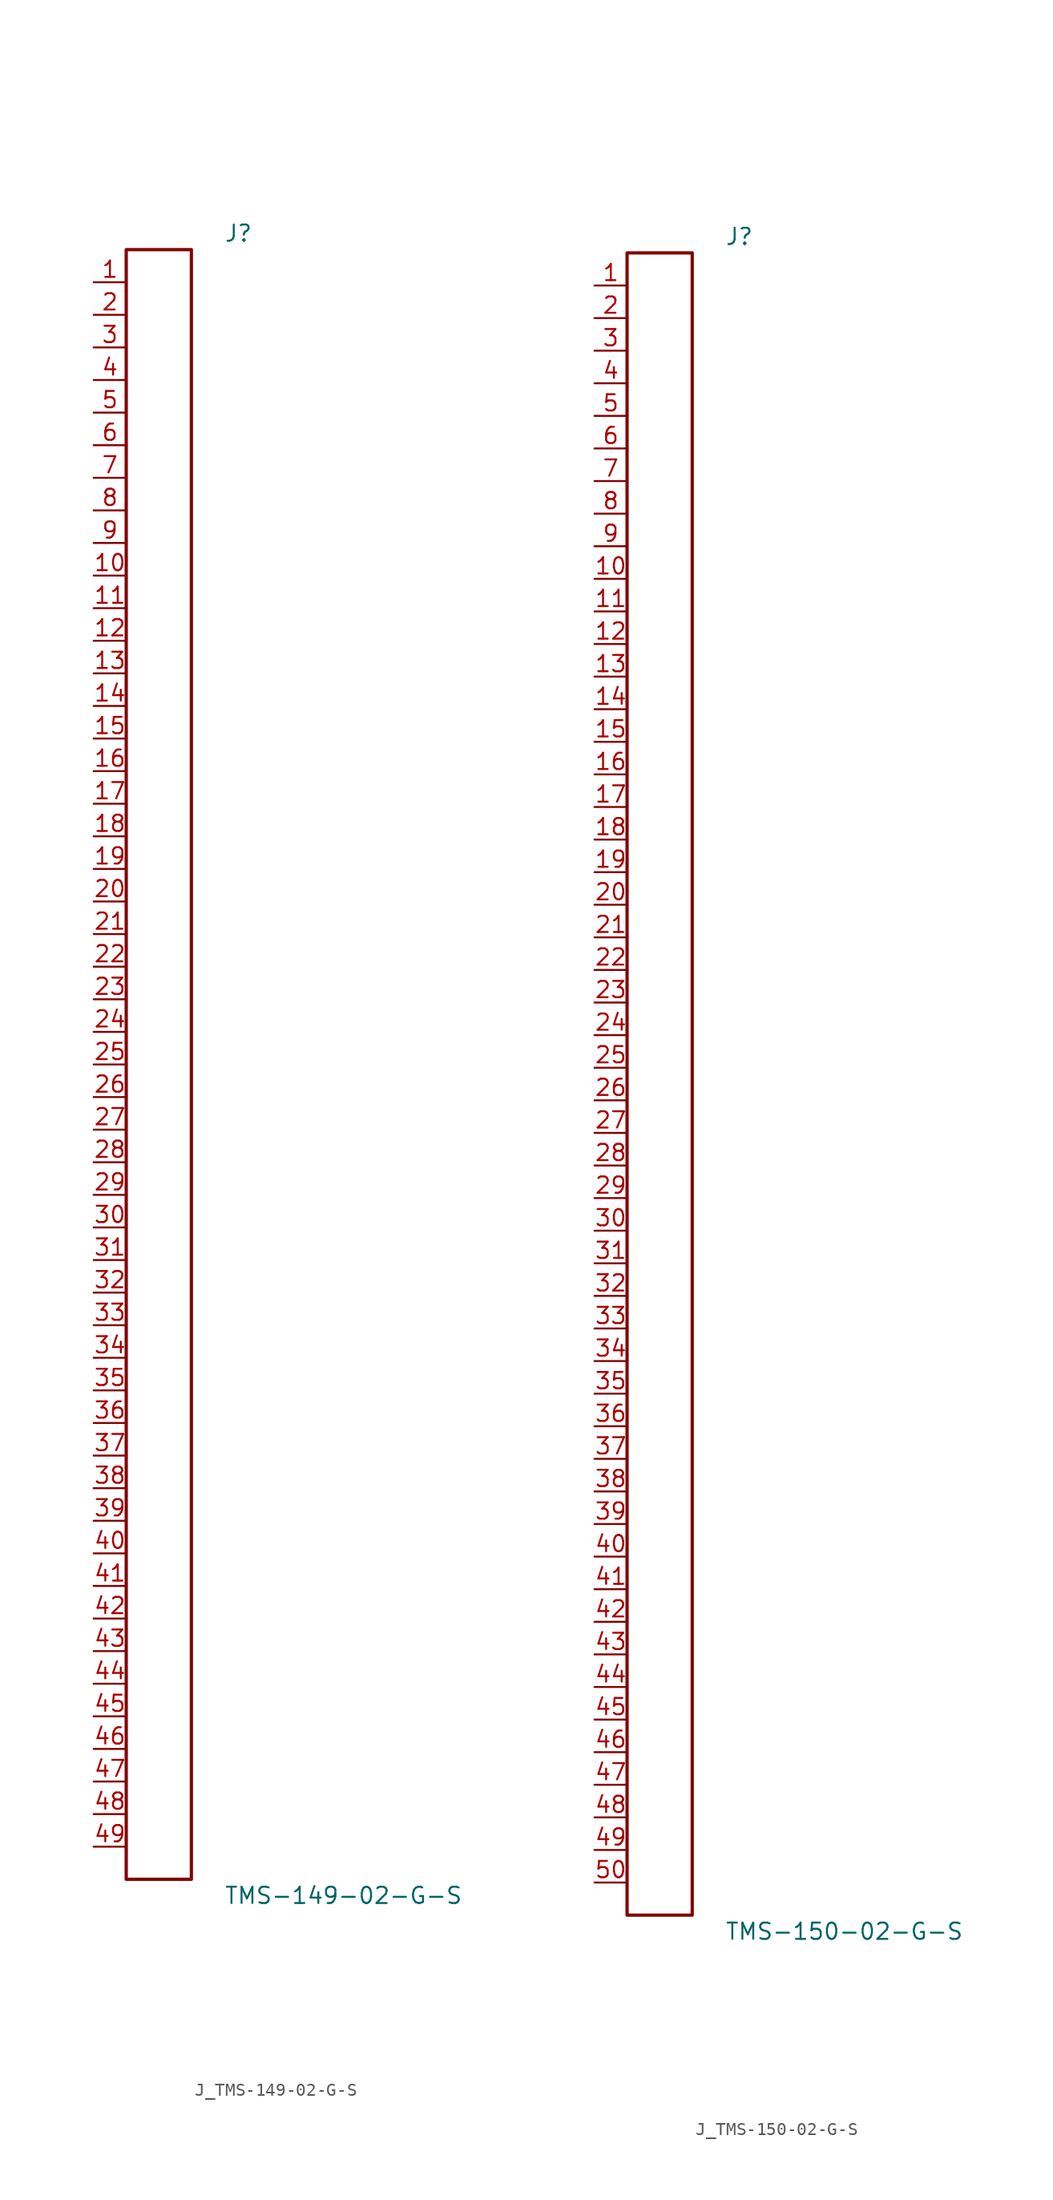
<source format=kicad_sym>
(kicad_symbol_lib
  (version 20231120)
  (generator kicad_symbol_editor)
  (generator_version 8.0)
  (symbol "J_TMS-149-02-G-S"
    (pin_names
      (offset 0.254))
    (property "Reference" "J"
      (at 5.08 64.77 0)
      (effects (font (size 1.27 1.27)) (justify left)))
    (property "Value" "TMS-149-02-G-S"
      (at 5.08 -64.77 0)
      (effects (font (size 1.27 1.27)) (justify left)))
    (symbol "J_TMS-149-02-G-S_0_0"
      (pin passive line (at -5.08 60.96 0) (length 2.54) (name "" (effects (font (size 1.27 1.27)))) (number "1" (effects (font (size 1.27 1.27)))))
      (pin passive line (at -5.08 58.42 0) (length 2.54) (name "" (effects (font (size 1.27 1.27)))) (number "2" (effects (font (size 1.27 1.27)))))
      (pin passive line (at -5.08 55.88 0) (length 2.54) (name "" (effects (font (size 1.27 1.27)))) (number "3" (effects (font (size 1.27 1.27)))))
      (pin passive line (at -5.08 53.34 0) (length 2.54) (name "" (effects (font (size 1.27 1.27)))) (number "4" (effects (font (size 1.27 1.27)))))
      (pin passive line (at -5.08 50.8 0) (length 2.54) (name "" (effects (font (size 1.27 1.27)))) (number "5" (effects (font (size 1.27 1.27)))))
      (pin passive line (at -5.08 48.26 0) (length 2.54) (name "" (effects (font (size 1.27 1.27)))) (number "6" (effects (font (size 1.27 1.27)))))
      (pin passive line (at -5.08 45.72 0) (length 2.54) (name "" (effects (font (size 1.27 1.27)))) (number "7" (effects (font (size 1.27 1.27)))))
      (pin passive line (at -5.08 43.18 0) (length 2.54) (name "" (effects (font (size 1.27 1.27)))) (number "8" (effects (font (size 1.27 1.27)))))
      (pin passive line (at -5.08 40.64 0) (length 2.54) (name "" (effects (font (size 1.27 1.27)))) (number "9" (effects (font (size 1.27 1.27)))))
      (pin passive line (at -5.08 38.1 0) (length 2.54) (name "" (effects (font (size 1.27 1.27)))) (number "10" (effects (font (size 1.27 1.27)))))
      (pin passive line (at -5.08 35.56 0) (length 2.54) (name "" (effects (font (size 1.27 1.27)))) (number "11" (effects (font (size 1.27 1.27)))))
      (pin passive line (at -5.08 33.02 0) (length 2.54) (name "" (effects (font (size 1.27 1.27)))) (number "12" (effects (font (size 1.27 1.27)))))
      (pin passive line (at -5.08 30.48 0) (length 2.54) (name "" (effects (font (size 1.27 1.27)))) (number "13" (effects (font (size 1.27 1.27)))))
      (pin passive line (at -5.08 27.94 0) (length 2.54) (name "" (effects (font (size 1.27 1.27)))) (number "14" (effects (font (size 1.27 1.27)))))
      (pin passive line (at -5.08 25.4 0) (length 2.54) (name "" (effects (font (size 1.27 1.27)))) (number "15" (effects (font (size 1.27 1.27)))))
      (pin passive line (at -5.08 22.86 0) (length 2.54) (name "" (effects (font (size 1.27 1.27)))) (number "16" (effects (font (size 1.27 1.27)))))
      (pin passive line (at -5.08 20.32 0) (length 2.54) (name "" (effects (font (size 1.27 1.27)))) (number "17" (effects (font (size 1.27 1.27)))))
      (pin passive line (at -5.08 17.78 0) (length 2.54) (name "" (effects (font (size 1.27 1.27)))) (number "18" (effects (font (size 1.27 1.27)))))
      (pin passive line (at -5.08 15.24 0) (length 2.54) (name "" (effects (font (size 1.27 1.27)))) (number "19" (effects (font (size 1.27 1.27)))))
      (pin passive line (at -5.08 12.7 0) (length 2.54) (name "" (effects (font (size 1.27 1.27)))) (number "20" (effects (font (size 1.27 1.27)))))
      (pin passive line (at -5.08 10.16 0) (length 2.54) (name "" (effects (font (size 1.27 1.27)))) (number "21" (effects (font (size 1.27 1.27)))))
      (pin passive line (at -5.08 7.62 0) (length 2.54) (name "" (effects (font (size 1.27 1.27)))) (number "22" (effects (font (size 1.27 1.27)))))
      (pin passive line (at -5.08 5.08 0) (length 2.54) (name "" (effects (font (size 1.27 1.27)))) (number "23" (effects (font (size 1.27 1.27)))))
      (pin passive line (at -5.08 2.54 0) (length 2.54) (name "" (effects (font (size 1.27 1.27)))) (number "24" (effects (font (size 1.27 1.27)))))
      (pin passive line (at -5.08 0.0 0) (length 2.54) (name "" (effects (font (size 1.27 1.27)))) (number "25" (effects (font (size 1.27 1.27)))))
      (pin passive line (at -5.08 -2.54 0) (length 2.54) (name "" (effects (font (size 1.27 1.27)))) (number "26" (effects (font (size 1.27 1.27)))))
      (pin passive line (at -5.08 -5.08 0) (length 2.54) (name "" (effects (font (size 1.27 1.27)))) (number "27" (effects (font (size 1.27 1.27)))))
      (pin passive line (at -5.08 -7.62 0) (length 2.54) (name "" (effects (font (size 1.27 1.27)))) (number "28" (effects (font (size 1.27 1.27)))))
      (pin passive line (at -5.08 -10.16 0) (length 2.54) (name "" (effects (font (size 1.27 1.27)))) (number "29" (effects (font (size 1.27 1.27)))))
      (pin passive line (at -5.08 -12.7 0) (length 2.54) (name "" (effects (font (size 1.27 1.27)))) (number "30" (effects (font (size 1.27 1.27)))))
      (pin passive line (at -5.08 -15.24 0) (length 2.54) (name "" (effects (font (size 1.27 1.27)))) (number "31" (effects (font (size 1.27 1.27)))))
      (pin passive line (at -5.08 -17.78 0) (length 2.54) (name "" (effects (font (size 1.27 1.27)))) (number "32" (effects (font (size 1.27 1.27)))))
      (pin passive line (at -5.08 -20.32 0) (length 2.54) (name "" (effects (font (size 1.27 1.27)))) (number "33" (effects (font (size 1.27 1.27)))))
      (pin passive line (at -5.08 -22.86 0) (length 2.54) (name "" (effects (font (size 1.27 1.27)))) (number "34" (effects (font (size 1.27 1.27)))))
      (pin passive line (at -5.08 -25.4 0) (length 2.54) (name "" (effects (font (size 1.27 1.27)))) (number "35" (effects (font (size 1.27 1.27)))))
      (pin passive line (at -5.08 -27.94 0) (length 2.54) (name "" (effects (font (size 1.27 1.27)))) (number "36" (effects (font (size 1.27 1.27)))))
      (pin passive line (at -5.08 -30.48 0) (length 2.54) (name "" (effects (font (size 1.27 1.27)))) (number "37" (effects (font (size 1.27 1.27)))))
      (pin passive line (at -5.08 -33.02 0) (length 2.54) (name "" (effects (font (size 1.27 1.27)))) (number "38" (effects (font (size 1.27 1.27)))))
      (pin passive line (at -5.08 -35.56 0) (length 2.54) (name "" (effects (font (size 1.27 1.27)))) (number "39" (effects (font (size 1.27 1.27)))))
      (pin passive line (at -5.08 -38.1 0) (length 2.54) (name "" (effects (font (size 1.27 1.27)))) (number "40" (effects (font (size 1.27 1.27)))))
      (pin passive line (at -5.08 -40.64 0) (length 2.54) (name "" (effects (font (size 1.27 1.27)))) (number "41" (effects (font (size 1.27 1.27)))))
      (pin passive line (at -5.08 -43.18 0) (length 2.54) (name "" (effects (font (size 1.27 1.27)))) (number "42" (effects (font (size 1.27 1.27)))))
      (pin passive line (at -5.08 -45.72 0) (length 2.54) (name "" (effects (font (size 1.27 1.27)))) (number "43" (effects (font (size 1.27 1.27)))))
      (pin passive line (at -5.08 -48.26 0) (length 2.54) (name "" (effects (font (size 1.27 1.27)))) (number "44" (effects (font (size 1.27 1.27)))))
      (pin passive line (at -5.08 -50.8 0) (length 2.54) (name "" (effects (font (size 1.27 1.27)))) (number "45" (effects (font (size 1.27 1.27)))))
      (pin passive line (at -5.08 -53.34 0) (length 2.54) (name "" (effects (font (size 1.27 1.27)))) (number "46" (effects (font (size 1.27 1.27)))))
      (pin passive line (at -5.08 -55.88 0) (length 2.54) (name "" (effects (font (size 1.27 1.27)))) (number "47" (effects (font (size 1.27 1.27)))))
      (pin passive line (at -5.08 -58.42 0) (length 2.54) (name "" (effects (font (size 1.27 1.27)))) (number "48" (effects (font (size 1.27 1.27)))))
      (pin passive line (at -5.08 -60.96 0) (length 2.54) (name "" (effects (font (size 1.27 1.27)))) (number "49" (effects (font (size 1.27 1.27))))))
    (symbol "J_TMS-149-02-G-S_1_0"
      (rectangle (start -2.54 63.5) (end 2.54 -63.5) (stroke (width 0.254) (type solid)) (fill (type none)))))
  (symbol "J_TMS-150-02-G-S"
    (pin_names
      (offset 0.254))
    (property "Reference" "J"
      (at 5.08 66.04 0)
      (effects (font (size 1.27 1.27)) (justify left)))
    (property "Value" "TMS-150-02-G-S"
      (at 5.08 -66.04 0)
      (effects (font (size 1.27 1.27)) (justify left)))
    (symbol "J_TMS-150-02-G-S_0_0"
      (pin passive line (at -5.08 62.23 0) (length 2.54) (name "" (effects (font (size 1.27 1.27)))) (number "1" (effects (font (size 1.27 1.27)))))
      (pin passive line (at -5.08 59.69 0) (length 2.54) (name "" (effects (font (size 1.27 1.27)))) (number "2" (effects (font (size 1.27 1.27)))))
      (pin passive line (at -5.08 57.15 0) (length 2.54) (name "" (effects (font (size 1.27 1.27)))) (number "3" (effects (font (size 1.27 1.27)))))
      (pin passive line (at -5.08 54.61 0) (length 2.54) (name "" (effects (font (size 1.27 1.27)))) (number "4" (effects (font (size 1.27 1.27)))))
      (pin passive line (at -5.08 52.07 0) (length 2.54) (name "" (effects (font (size 1.27 1.27)))) (number "5" (effects (font (size 1.27 1.27)))))
      (pin passive line (at -5.08 49.53 0) (length 2.54) (name "" (effects (font (size 1.27 1.27)))) (number "6" (effects (font (size 1.27 1.27)))))
      (pin passive line (at -5.08 46.99 0) (length 2.54) (name "" (effects (font (size 1.27 1.27)))) (number "7" (effects (font (size 1.27 1.27)))))
      (pin passive line (at -5.08 44.45 0) (length 2.54) (name "" (effects (font (size 1.27 1.27)))) (number "8" (effects (font (size 1.27 1.27)))))
      (pin passive line (at -5.08 41.91 0) (length 2.54) (name "" (effects (font (size 1.27 1.27)))) (number "9" (effects (font (size 1.27 1.27)))))
      (pin passive line (at -5.08 39.37 0) (length 2.54) (name "" (effects (font (size 1.27 1.27)))) (number "10" (effects (font (size 1.27 1.27)))))
      (pin passive line (at -5.08 36.83 0) (length 2.54) (name "" (effects (font (size 1.27 1.27)))) (number "11" (effects (font (size 1.27 1.27)))))
      (pin passive line (at -5.08 34.29 0) (length 2.54) (name "" (effects (font (size 1.27 1.27)))) (number "12" (effects (font (size 1.27 1.27)))))
      (pin passive line (at -5.08 31.75 0) (length 2.54) (name "" (effects (font (size 1.27 1.27)))) (number "13" (effects (font (size 1.27 1.27)))))
      (pin passive line (at -5.08 29.21 0) (length 2.54) (name "" (effects (font (size 1.27 1.27)))) (number "14" (effects (font (size 1.27 1.27)))))
      (pin passive line (at -5.08 26.67 0) (length 2.54) (name "" (effects (font (size 1.27 1.27)))) (number "15" (effects (font (size 1.27 1.27)))))
      (pin passive line (at -5.08 24.13 0) (length 2.54) (name "" (effects (font (size 1.27 1.27)))) (number "16" (effects (font (size 1.27 1.27)))))
      (pin passive line (at -5.08 21.59 0) (length 2.54) (name "" (effects (font (size 1.27 1.27)))) (number "17" (effects (font (size 1.27 1.27)))))
      (pin passive line (at -5.08 19.05 0) (length 2.54) (name "" (effects (font (size 1.27 1.27)))) (number "18" (effects (font (size 1.27 1.27)))))
      (pin passive line (at -5.08 16.51 0) (length 2.54) (name "" (effects (font (size 1.27 1.27)))) (number "19" (effects (font (size 1.27 1.27)))))
      (pin passive line (at -5.08 13.97 0) (length 2.54) (name "" (effects (font (size 1.27 1.27)))) (number "20" (effects (font (size 1.27 1.27)))))
      (pin passive line (at -5.08 11.43 0) (length 2.54) (name "" (effects (font (size 1.27 1.27)))) (number "21" (effects (font (size 1.27 1.27)))))
      (pin passive line (at -5.08 8.89 0) (length 2.54) (name "" (effects (font (size 1.27 1.27)))) (number "22" (effects (font (size 1.27 1.27)))))
      (pin passive line (at -5.08 6.35 0) (length 2.54) (name "" (effects (font (size 1.27 1.27)))) (number "23" (effects (font (size 1.27 1.27)))))
      (pin passive line (at -5.08 3.81 0) (length 2.54) (name "" (effects (font (size 1.27 1.27)))) (number "24" (effects (font (size 1.27 1.27)))))
      (pin passive line (at -5.08 1.27 0) (length 2.54) (name "" (effects (font (size 1.27 1.27)))) (number "25" (effects (font (size 1.27 1.27)))))
      (pin passive line (at -5.08 -1.27 0) (length 2.54) (name "" (effects (font (size 1.27 1.27)))) (number "26" (effects (font (size 1.27 1.27)))))
      (pin passive line (at -5.08 -3.81 0) (length 2.54) (name "" (effects (font (size 1.27 1.27)))) (number "27" (effects (font (size 1.27 1.27)))))
      (pin passive line (at -5.08 -6.35 0) (length 2.54) (name "" (effects (font (size 1.27 1.27)))) (number "28" (effects (font (size 1.27 1.27)))))
      (pin passive line (at -5.08 -8.89 0) (length 2.54) (name "" (effects (font (size 1.27 1.27)))) (number "29" (effects (font (size 1.27 1.27)))))
      (pin passive line (at -5.08 -11.43 0) (length 2.54) (name "" (effects (font (size 1.27 1.27)))) (number "30" (effects (font (size 1.27 1.27)))))
      (pin passive line (at -5.08 -13.97 0) (length 2.54) (name "" (effects (font (size 1.27 1.27)))) (number "31" (effects (font (size 1.27 1.27)))))
      (pin passive line (at -5.08 -16.51 0) (length 2.54) (name "" (effects (font (size 1.27 1.27)))) (number "32" (effects (font (size 1.27 1.27)))))
      (pin passive line (at -5.08 -19.05 0) (length 2.54) (name "" (effects (font (size 1.27 1.27)))) (number "33" (effects (font (size 1.27 1.27)))))
      (pin passive line (at -5.08 -21.59 0) (length 2.54) (name "" (effects (font (size 1.27 1.27)))) (number "34" (effects (font (size 1.27 1.27)))))
      (pin passive line (at -5.08 -24.13 0) (length 2.54) (name "" (effects (font (size 1.27 1.27)))) (number "35" (effects (font (size 1.27 1.27)))))
      (pin passive line (at -5.08 -26.67 0) (length 2.54) (name "" (effects (font (size 1.27 1.27)))) (number "36" (effects (font (size 1.27 1.27)))))
      (pin passive line (at -5.08 -29.21 0) (length 2.54) (name "" (effects (font (size 1.27 1.27)))) (number "37" (effects (font (size 1.27 1.27)))))
      (pin passive line (at -5.08 -31.75 0) (length 2.54) (name "" (effects (font (size 1.27 1.27)))) (number "38" (effects (font (size 1.27 1.27)))))
      (pin passive line (at -5.08 -34.29 0) (length 2.54) (name "" (effects (font (size 1.27 1.27)))) (number "39" (effects (font (size 1.27 1.27)))))
      (pin passive line (at -5.08 -36.83 0) (length 2.54) (name "" (effects (font (size 1.27 1.27)))) (number "40" (effects (font (size 1.27 1.27)))))
      (pin passive line (at -5.08 -39.37 0) (length 2.54) (name "" (effects (font (size 1.27 1.27)))) (number "41" (effects (font (size 1.27 1.27)))))
      (pin passive line (at -5.08 -41.91 0) (length 2.54) (name "" (effects (font (size 1.27 1.27)))) (number "42" (effects (font (size 1.27 1.27)))))
      (pin passive line (at -5.08 -44.45 0) (length 2.54) (name "" (effects (font (size 1.27 1.27)))) (number "43" (effects (font (size 1.27 1.27)))))
      (pin passive line (at -5.08 -46.99 0) (length 2.54) (name "" (effects (font (size 1.27 1.27)))) (number "44" (effects (font (size 1.27 1.27)))))
      (pin passive line (at -5.08 -49.53 0) (length 2.54) (name "" (effects (font (size 1.27 1.27)))) (number "45" (effects (font (size 1.27 1.27)))))
      (pin passive line (at -5.08 -52.07 0) (length 2.54) (name "" (effects (font (size 1.27 1.27)))) (number "46" (effects (font (size 1.27 1.27)))))
      (pin passive line (at -5.08 -54.61 0) (length 2.54) (name "" (effects (font (size 1.27 1.27)))) (number "47" (effects (font (size 1.27 1.27)))))
      (pin passive line (at -5.08 -57.15 0) (length 2.54) (name "" (effects (font (size 1.27 1.27)))) (number "48" (effects (font (size 1.27 1.27)))))
      (pin passive line (at -5.08 -59.69 0) (length 2.54) (name "" (effects (font (size 1.27 1.27)))) (number "49" (effects (font (size 1.27 1.27)))))
      (pin passive line (at -5.08 -62.23 0) (length 2.54) (name "" (effects (font (size 1.27 1.27)))) (number "50" (effects (font (size 1.27 1.27))))))
    (symbol "J_TMS-150-02-G-S_1_0"
      (rectangle (start -2.54 64.77) (end 2.54 -64.77) (stroke (width 0.254) (type solid)) (fill (type none))))))
</source>
